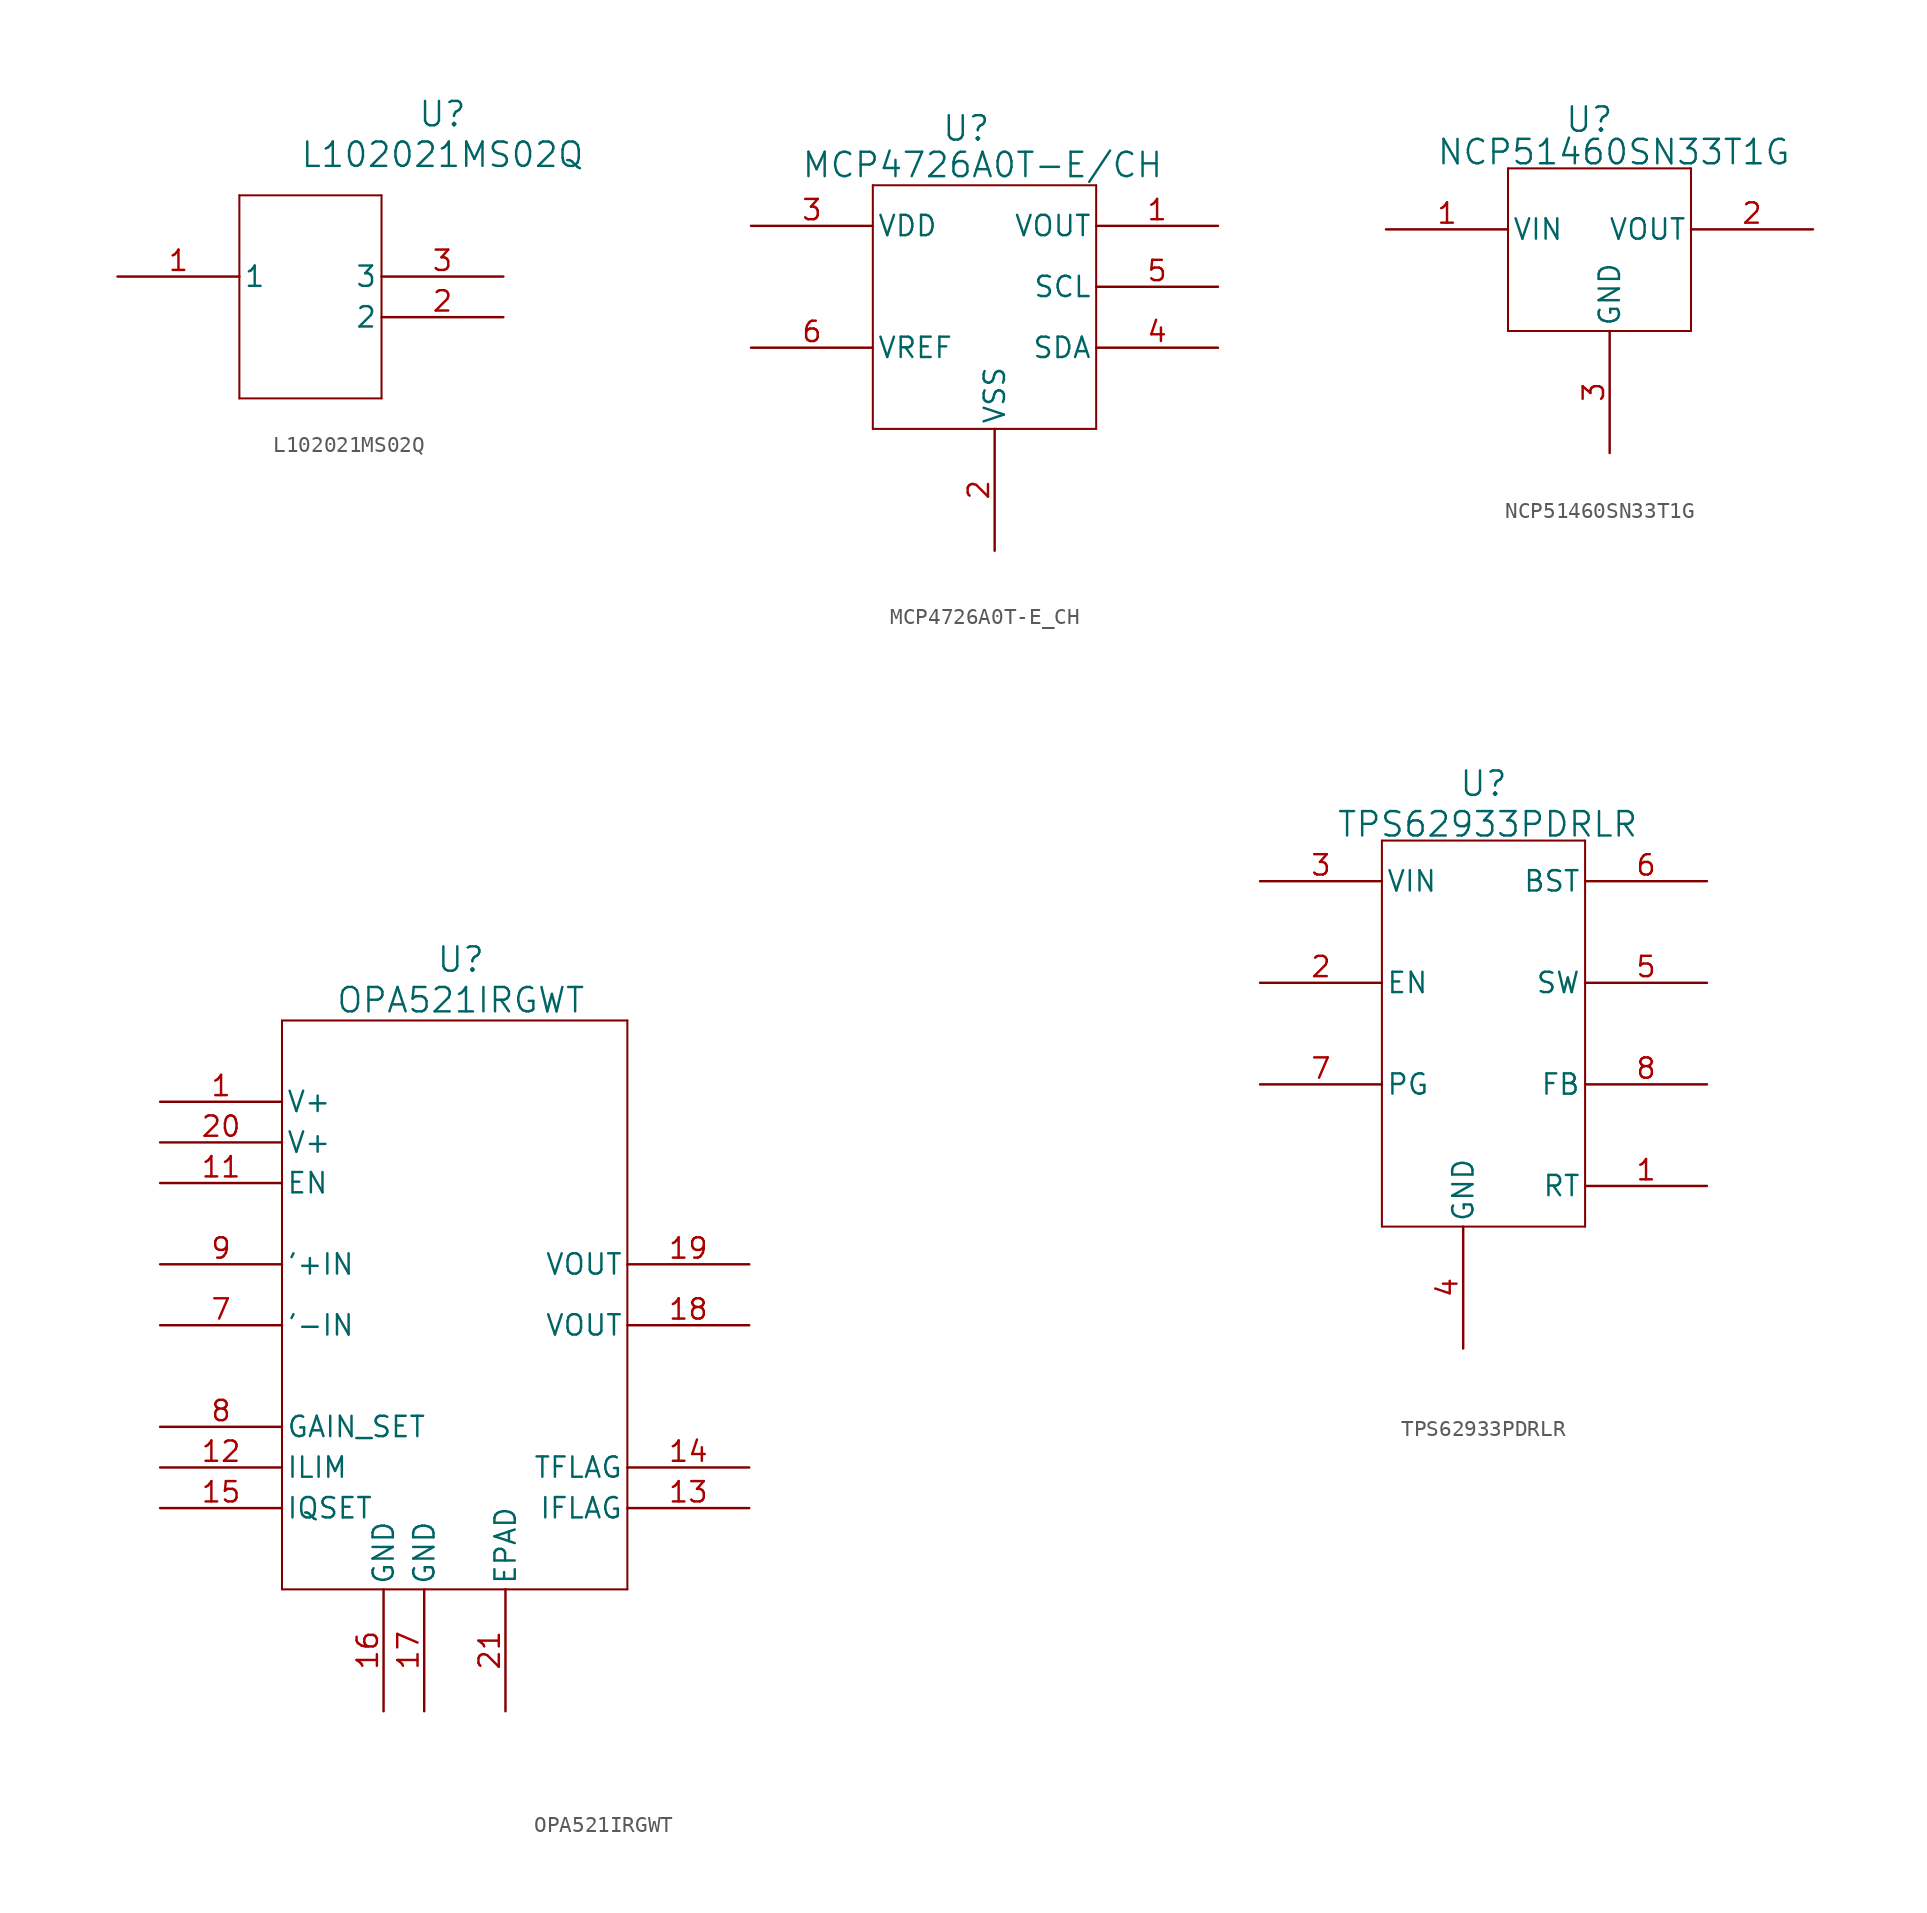
<source format=kicad_sym>
(kicad_symbol_lib
  (version 20231120)
  (generator "kicad_symbol_editor")
  (generator_version "8.0")
  (symbol "L102021MS02Q"
    (pin_names
      (offset 0.254))
    (property "Reference" "U"
      (at 20.32 10.16 0)
      (effects (font (size 1.524 1.524))))
    (property "Value" "L102021MS02Q"
      (at 20.32 7.62 0)
      (effects (font (size 1.524 1.524))))
    (property "ki_locked" ""
      (at 0 0 0)
      (effects (font (size 1.27 1.27))))
    (symbol "L102021MS02Q_0_1"
      (polyline (pts (xy 7.62 -7.62) (xy 16.51 -7.62)) (stroke (width 0.127) (type default)) (fill (type none)))
      (polyline (pts (xy 7.62 5.08) (xy 7.62 -7.62)) (stroke (width 0.127) (type default)) (fill (type none)))
      (polyline (pts (xy 16.51 -7.62) (xy 16.51 5.08)) (stroke (width 0.127) (type default)) (fill (type none)))
      (polyline (pts (xy 16.51 5.08) (xy 7.62 5.08)) (stroke (width 0.127) (type default)) (fill (type none)))
      (pin unspecified line (at 0 0 0) (length 7.62) (name "1" (effects (font (size 1.27 1.27)))) (number "1" (effects (font (size 1.27 1.27)))))
      (pin unspecified line (at 24.13 -2.54 180) (length 7.62) (name "2" (effects (font (size 1.27 1.27)))) (number "2" (effects (font (size 1.27 1.27)))))
      (pin unspecified line (at 24.13 0 180) (length 7.62) (name "3" (effects (font (size 1.27 1.27)))) (number "3" (effects (font (size 1.27 1.27)))))))
  (symbol "MCP4726A0T-E_CH"
    (pin_names
      (offset 0.254))
    (property "Reference" "U"
      (at 13.462 8.636 0)
      (effects (font (size 1.524 1.524))))
    (property "Value" "MCP4726A0T-E/CH"
      (at 14.478 6.35 0)
      (effects (font (size 1.524 1.524))))
    (property "ki_locked" ""
      (at 0 0 0)
      (effects (font (size 1.27 1.27))))
    (symbol "MCP4726A0T-E_CH_0_1"
      (polyline (pts (xy 7.62 -10.16) (xy 21.59 -10.16)) (stroke (width 0.127) (type default)) (fill (type none)))
      (polyline (pts (xy 7.62 5.08) (xy 7.62 -10.16)) (stroke (width 0.127) (type default)) (fill (type none)))
      (polyline (pts (xy 21.59 -10.16) (xy 21.59 5.08)) (stroke (width 0.127) (type default)) (fill (type none)))
      (polyline (pts (xy 21.59 5.08) (xy 7.62 5.08)) (stroke (width 0.127) (type default)) (fill (type none)))
      (pin output line (at 29.21 2.54 180) (length 7.62) (name "VOUT" (effects (font (size 1.27 1.27)))) (number "1" (effects (font (size 1.27 1.27)))))
      (pin power_in line (at 15.24 -17.78 90) (length 7.62) (name "VSS" (effects (font (size 1.27 1.27)))) (number "2" (effects (font (size 1.27 1.27)))))
      (pin power_in line (at 0 2.54 0) (length 7.62) (name "VDD" (effects (font (size 1.27 1.27)))) (number "3" (effects (font (size 1.27 1.27)))))
      (pin bidirectional line (at 29.21 -5.08 180) (length 7.62) (name "SDA" (effects (font (size 1.27 1.27)))) (number "4" (effects (font (size 1.27 1.27)))))
      (pin input line (at 29.21 -1.27 180) (length 7.62) (name "SCL" (effects (font (size 1.27 1.27)))) (number "5" (effects (font (size 1.27 1.27)))))
      (pin unspecified line (at 0 -5.08 0) (length 7.62) (name "VREF" (effects (font (size 1.27 1.27)))) (number "6" (effects (font (size 1.27 1.27)))))))
  (symbol "NCP51460SN33T1G"
    (pin_names
      (offset 0.254))
    (property "Reference" "U"
      (at 12.7 5.588 0)
      (effects (font (size 1.524 1.524))))
    (property "Value" "NCP51460SN33T1G"
      (at 14.224 3.556 0)
      (effects (font (size 1.524 1.524))))
    (property "ki_locked" ""
      (at 0 0 0)
      (effects (font (size 1.27 1.27))))
    (symbol "NCP51460SN33T1G_0_1"
      (polyline (pts (xy 7.62 -7.62) (xy 19.05 -7.62)) (stroke (width 0.127) (type default)) (fill (type none)))
      (polyline (pts (xy 7.62 2.54) (xy 7.62 -7.62)) (stroke (width 0.127) (type default)) (fill (type none)))
      (polyline (pts (xy 19.05 -7.62) (xy 19.05 2.54)) (stroke (width 0.127) (type default)) (fill (type none)))
      (polyline (pts (xy 19.05 2.54) (xy 7.62 2.54)) (stroke (width 0.127) (type default)) (fill (type none)))
      (pin input line (at 0 -1.27 0) (length 7.62) (name "VIN" (effects (font (size 1.27 1.27)))) (number "1" (effects (font (size 1.27 1.27)))))
      (pin output line (at 26.67 -1.27 180) (length 7.62) (name "VOUT" (effects (font (size 1.27 1.27)))) (number "2" (effects (font (size 1.27 1.27)))))
      (pin power_in line (at 13.97 -15.24 90) (length 7.62) (name "GND" (effects (font (size 1.27 1.27)))) (number "3" (effects (font (size 1.27 1.27)))))))
  (symbol "OPA521IRGWT"
    (pin_names
      (offset 0.254))
    (property "Reference" "U"
      (at 11.176 3.81 0)
      (effects (font (size 1.524 1.524))))
    (property "Value" "OPA521IRGWT"
      (at 11.176 1.27 0)
      (effects (font (size 1.524 1.524))))
    (property "ki_locked" ""
      (at 0 0 0)
      (effects (font (size 1.27 1.27))))
    (symbol "OPA521IRGWT_0_1"
      (polyline (pts (xy 0 -35.56) (xy 21.59 -35.56)) (stroke (width 0.127) (type default)) (fill (type none)))
      (polyline (pts (xy 0 0) (xy 0 -35.56)) (stroke (width 0.127) (type default)) (fill (type none)))
      (polyline (pts (xy 21.59 -35.56) (xy 21.59 0)) (stroke (width 0.127) (type default)) (fill (type none)))
      (polyline (pts (xy 21.59 0) (xy 0 0)) (stroke (width 0.127) (type default)) (fill (type none)))
      (pin power_in line (at -7.62 -5.08 0) (length 7.62) (name "V+" (effects (font (size 1.27 1.27)))) (number "1" (effects (font (size 1.27 1.27)))))
      (pin input line (at -7.62 -10.16 0) (length 7.62) (name "EN" (effects (font (size 1.27 1.27)))) (number "11" (effects (font (size 1.27 1.27)))))
      (pin input line (at -7.62 -27.94 0) (length 7.62) (name "ILIM" (effects (font (size 1.27 1.27)))) (number "12" (effects (font (size 1.27 1.27)))))
      (pin output line (at 29.21 -30.48 180) (length 7.62) (name "IFLAG" (effects (font (size 1.27 1.27)))) (number "13" (effects (font (size 1.27 1.27)))))
      (pin output line (at 29.21 -27.94 180) (length 7.62) (name "TFLAG" (effects (font (size 1.27 1.27)))) (number "14" (effects (font (size 1.27 1.27)))))
      (pin input line (at -7.62 -30.48 0) (length 7.62) (name "IQSET" (effects (font (size 1.27 1.27)))) (number "15" (effects (font (size 1.27 1.27)))))
      (pin power_out line (at 6.35 -43.18 90) (length 7.62) (name "GND" (effects (font (size 1.27 1.27)))) (number "16" (effects (font (size 1.27 1.27)))))
      (pin power_out line (at 8.89 -43.18 90) (length 7.62) (name "GND" (effects (font (size 1.27 1.27)))) (number "17" (effects (font (size 1.27 1.27)))))
      (pin output line (at 29.21 -19.05 180) (length 7.62) (name "VOUT" (effects (font (size 1.27 1.27)))) (number "18" (effects (font (size 1.27 1.27)))))
      (pin output line (at 29.21 -15.24 180) (length 7.62) (name "VOUT" (effects (font (size 1.27 1.27)))) (number "19" (effects (font (size 1.27 1.27)))))
      (pin power_in line (at -7.62 -7.62 0) (length 7.62) (name "V+" (effects (font (size 1.27 1.27)))) (number "20" (effects (font (size 1.27 1.27)))))
      (pin unspecified line (at 13.97 -43.18 90) (length 7.62) (name "EPAD" (effects (font (size 1.27 1.27)))) (number "21" (effects (font (size 1.27 1.27)))))
      (pin input line (at -7.62 -19.05 0) (length 7.62) (name "'-IN" (effects (font (size 1.27 1.27)))) (number "7" (effects (font (size 1.27 1.27)))))
      (pin input line (at -7.62 -25.4 0) (length 7.62) (name "GAIN_SET" (effects (font (size 1.27 1.27)))) (number "8" (effects (font (size 1.27 1.27)))))
      (pin input line (at -7.62 -15.24 0) (length 7.62) (name "'+IN" (effects (font (size 1.27 1.27)))) (number "9" (effects (font (size 1.27 1.27))))))
    (symbol "OPA521IRGWT_1_1"
      (pin no_connect line (at 48.26 13.97 180) (length 7.62) hide (name "NC" (effects (font (size 1.27 1.27)))) (number "10" (effects (font (size 1.27 1.27)))))
      (pin no_connect line (at 48.26 1.27 180) (length 7.62) hide (name "NC" (effects (font (size 1.27 1.27)))) (number "2" (effects (font (size 1.27 1.27)))))
      (pin no_connect line (at 48.26 3.81 180) (length 7.62) hide (name "NC" (effects (font (size 1.27 1.27)))) (number "3" (effects (font (size 1.27 1.27)))))
      (pin no_connect line (at 48.26 6.35 180) (length 7.62) hide (name "NC" (effects (font (size 1.27 1.27)))) (number "4" (effects (font (size 1.27 1.27)))))
      (pin no_connect line (at 48.26 8.89 180) (length 7.62) hide (name "NC" (effects (font (size 1.27 1.27)))) (number "5" (effects (font (size 1.27 1.27)))))
      (pin no_connect line (at 48.26 11.43 180) (length 7.62) hide (name "NC" (effects (font (size 1.27 1.27)))) (number "6" (effects (font (size 1.27 1.27)))))))
  (symbol "TPS62933PDRLR"
    (pin_names
      (offset 0.254))
    (property "Reference" "U"
      (at 6.35 3.556 0)
      (effects (font (size 1.524 1.524))))
    (property "Value" "TPS62933PDRLR"
      (at 6.604 1.016 0)
      (effects (font (size 1.524 1.524))))
    (property "ki_locked" ""
      (at 0 0 0)
      (effects (font (size 1.27 1.27))))
    (symbol "TPS62933PDRLR_0_1"
      (polyline (pts (xy 0 -24.13) (xy 12.7 -24.13)) (stroke (width 0.127) (type default)) (fill (type none)))
      (polyline (pts (xy 0 0) (xy 0 -24.13)) (stroke (width 0.127) (type default)) (fill (type none)))
      (polyline (pts (xy 12.7 -24.13) (xy 12.7 0)) (stroke (width 0.127) (type default)) (fill (type none)))
      (polyline (pts (xy 12.7 0) (xy 0 0)) (stroke (width 0.127) (type default)) (fill (type none)))
      (pin unspecified line (at 20.32 -21.59 180) (length 7.62) (name "RT" (effects (font (size 1.27 1.27)))) (number "1" (effects (font (size 1.27 1.27)))))
      (pin unspecified line (at -7.62 -8.89 0) (length 7.62) (name "EN" (effects (font (size 1.27 1.27)))) (number "2" (effects (font (size 1.27 1.27)))))
      (pin power_in line (at -7.62 -2.54 0) (length 7.62) (name "VIN" (effects (font (size 1.27 1.27)))) (number "3" (effects (font (size 1.27 1.27)))))
      (pin power_out line (at 5.08 -31.75 90) (length 7.62) (name "GND" (effects (font (size 1.27 1.27)))) (number "4" (effects (font (size 1.27 1.27)))))
      (pin power_in line (at 20.32 -8.89 180) (length 7.62) (name "SW" (effects (font (size 1.27 1.27)))) (number "5" (effects (font (size 1.27 1.27)))))
      (pin power_in line (at 20.32 -2.54 180) (length 7.62) (name "BST" (effects (font (size 1.27 1.27)))) (number "6" (effects (font (size 1.27 1.27)))))
      (pin unspecified line (at -7.62 -15.24 0) (length 7.62) (name "PG" (effects (font (size 1.27 1.27)))) (number "7" (effects (font (size 1.27 1.27)))))
      (pin unspecified line (at 20.32 -15.24 180) (length 7.62) (name "FB" (effects (font (size 1.27 1.27)))) (number "8" (effects (font (size 1.27 1.27))))))))
</source>
